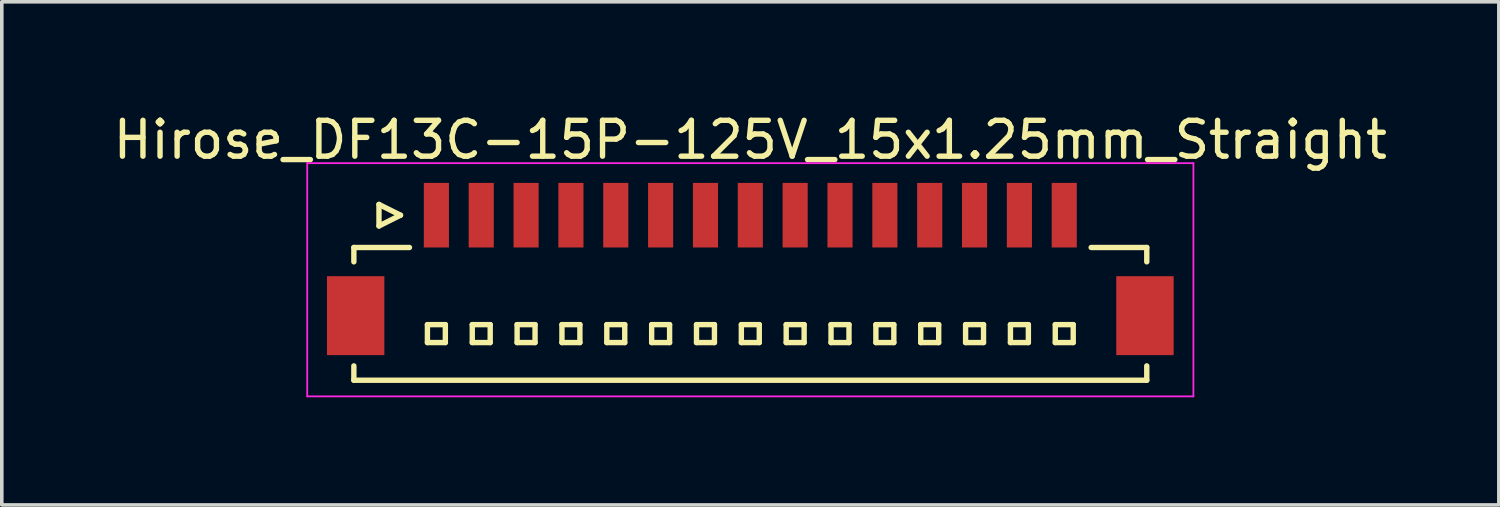
<source format=kicad_pcb>
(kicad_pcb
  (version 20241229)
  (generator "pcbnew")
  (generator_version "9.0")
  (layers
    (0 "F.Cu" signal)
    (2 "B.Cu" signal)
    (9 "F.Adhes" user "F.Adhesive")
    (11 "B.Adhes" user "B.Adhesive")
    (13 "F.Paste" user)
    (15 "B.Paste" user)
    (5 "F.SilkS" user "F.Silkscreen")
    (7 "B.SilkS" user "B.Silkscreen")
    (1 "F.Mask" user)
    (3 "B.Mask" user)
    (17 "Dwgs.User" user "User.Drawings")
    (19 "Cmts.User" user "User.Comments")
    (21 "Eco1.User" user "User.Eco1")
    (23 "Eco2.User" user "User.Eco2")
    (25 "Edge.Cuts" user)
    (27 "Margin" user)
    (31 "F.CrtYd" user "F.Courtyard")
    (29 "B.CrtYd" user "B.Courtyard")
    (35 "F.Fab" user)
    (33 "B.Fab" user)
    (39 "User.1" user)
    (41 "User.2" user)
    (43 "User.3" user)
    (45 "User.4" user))
  (footprint "Hirose_DF13C-15P-125V_15x1.25mm_Straight"
    (layer "F.Cu")
    (at 17.863 4.348)
    (property "Reference" "Hirose_DF13C-15P-125V_15x1.25mm_Straight" (at 0 -3.5 0) (layer "F.SilkS") (effects (font (size 1 1) (thickness 0.15))))
    (attr smd)
    (fp_line (start -11.05 -0.5) (end -11.05 -0.1) (stroke (width 0.15) (type solid)) (layer "F.SilkS"))
    (fp_line (start -11.05 -0.5) (end -9.5 -0.5) (stroke (width 0.15) (type solid)) (layer "F.SilkS"))
    (fp_line (start -11.05 3.2) (end -11.05 2.8) (stroke (width 0.15) (type solid)) (layer "F.SilkS"))
    (fp_line (start -11.05 3.2) (end 11.05 3.2) (stroke (width 0.15) (type solid)) (layer "F.SilkS"))
    (fp_line (start -10.35 -1.7) (end -10.35 -1.1) (stroke (width 0.15) (type solid)) (layer "F.SilkS"))
    (fp_line (start -10.35 -1.1) (end -9.75 -1.4) (stroke (width 0.15) (type solid)) (layer "F.SilkS"))
    (fp_line (start -9.75 -1.4) (end -10.35 -1.7) (stroke (width 0.15) (type solid)) (layer "F.SilkS"))
    (fp_line (start -9 1.65) (end -9 2.15) (stroke (width 0.15) (type solid)) (layer "F.SilkS"))
    (fp_line (start -9 2.15) (end -8.5 2.15) (stroke (width 0.15) (type solid)) (layer "F.SilkS"))
    (fp_line (start -8.5 1.65) (end -9 1.65) (stroke (width 0.15) (type solid)) (layer "F.SilkS"))
    (fp_line (start -8.5 2.15) (end -8.5 1.65) (stroke (width 0.15) (type solid)) (layer "F.SilkS"))
    (fp_line (start -7.75 1.65) (end -7.75 2.15) (stroke (width 0.15) (type solid)) (layer "F.SilkS"))
    (fp_line (start -7.75 2.15) (end -7.25 2.15) (stroke (width 0.15) (type solid)) (layer "F.SilkS"))
    (fp_line (start -7.25 1.65) (end -7.75 1.65) (stroke (width 0.15) (type solid)) (layer "F.SilkS"))
    (fp_line (start -7.25 2.15) (end -7.25 1.65) (stroke (width 0.15) (type solid)) (layer "F.SilkS"))
    (fp_line (start -6.5 1.65) (end -6.5 2.15) (stroke (width 0.15) (type solid)) (layer "F.SilkS"))
    (fp_line (start -6.5 2.15) (end -6 2.15) (stroke (width 0.15) (type solid)) (layer "F.SilkS"))
    (fp_line (start -6 1.65) (end -6.5 1.65) (stroke (width 0.15) (type solid)) (layer "F.SilkS"))
    (fp_line (start -6 2.15) (end -6 1.65) (stroke (width 0.15) (type solid)) (layer "F.SilkS"))
    (fp_line (start -5.25 1.65) (end -5.25 2.15) (stroke (width 0.15) (type solid)) (layer "F.SilkS"))
    (fp_line (start -5.25 2.15) (end -4.75 2.15) (stroke (width 0.15) (type solid)) (layer "F.SilkS"))
    (fp_line (start -4.75 1.65) (end -5.25 1.65) (stroke (width 0.15) (type solid)) (layer "F.SilkS"))
    (fp_line (start -4.75 2.15) (end -4.75 1.65) (stroke (width 0.15) (type solid)) (layer "F.SilkS"))
    (fp_line (start -4 1.65) (end -4 2.15) (stroke (width 0.15) (type solid)) (layer "F.SilkS"))
    (fp_line (start -4 2.15) (end -3.5 2.15) (stroke (width 0.15) (type solid)) (layer "F.SilkS"))
    (fp_line (start -3.5 1.65) (end -4 1.65) (stroke (width 0.15) (type solid)) (layer "F.SilkS"))
    (fp_line (start -3.5 2.15) (end -3.5 1.65) (stroke (width 0.15) (type solid)) (layer "F.SilkS"))
    (fp_line (start -2.75 1.65) (end -2.75 2.15) (stroke (width 0.15) (type solid)) (layer "F.SilkS"))
    (fp_line (start -2.75 2.15) (end -2.25 2.15) (stroke (width 0.15) (type solid)) (layer "F.SilkS"))
    (fp_line (start -2.25 1.65) (end -2.75 1.65) (stroke (width 0.15) (type solid)) (layer "F.SilkS"))
    (fp_line (start -2.25 2.15) (end -2.25 1.65) (stroke (width 0.15) (type solid)) (layer "F.SilkS"))
    (fp_line (start -1.5 1.65) (end -1.5 2.15) (stroke (width 0.15) (type solid)) (layer "F.SilkS"))
    (fp_line (start -1.5 2.15) (end -1 2.15) (stroke (width 0.15) (type solid)) (layer "F.SilkS"))
    (fp_line (start -1 1.65) (end -1.5 1.65) (stroke (width 0.15) (type solid)) (layer "F.SilkS"))
    (fp_line (start -1 2.15) (end -1 1.65) (stroke (width 0.15) (type solid)) (layer "F.SilkS"))
    (fp_line (start -0.25 1.65) (end -0.25 2.15) (stroke (width 0.15) (type solid)) (layer "F.SilkS"))
    (fp_line (start -0.25 2.15) (end 0.25 2.15) (stroke (width 0.15) (type solid)) (layer "F.SilkS"))
    (fp_line (start 0.25 1.65) (end -0.25 1.65) (stroke (width 0.15) (type solid)) (layer "F.SilkS"))
    (fp_line (start 0.25 2.15) (end 0.25 1.65) (stroke (width 0.15) (type solid)) (layer "F.SilkS"))
    (fp_line (start 1 1.65) (end 1 2.15) (stroke (width 0.15) (type solid)) (layer "F.SilkS"))
    (fp_line (start 1 2.15) (end 1.5 2.15) (stroke (width 0.15) (type solid)) (layer "F.SilkS"))
    (fp_line (start 1.5 1.65) (end 1 1.65) (stroke (width 0.15) (type solid)) (layer "F.SilkS"))
    (fp_line (start 1.5 2.15) (end 1.5 1.65) (stroke (width 0.15) (type solid)) (layer "F.SilkS"))
    (fp_line (start 2.25 1.65) (end 2.25 2.15) (stroke (width 0.15) (type solid)) (layer "F.SilkS"))
    (fp_line (start 2.25 2.15) (end 2.75 2.15) (stroke (width 0.15) (type solid)) (layer "F.SilkS"))
    (fp_line (start 2.75 1.65) (end 2.25 1.65) (stroke (width 0.15) (type solid)) (layer "F.SilkS"))
    (fp_line (start 2.75 2.15) (end 2.75 1.65) (stroke (width 0.15) (type solid)) (layer "F.SilkS"))
    (fp_line (start 3.5 1.65) (end 3.5 2.15) (stroke (width 0.15) (type solid)) (layer "F.SilkS"))
    (fp_line (start 3.5 2.15) (end 4 2.15) (stroke (width 0.15) (type solid)) (layer "F.SilkS"))
    (fp_line (start 4 1.65) (end 3.5 1.65) (stroke (width 0.15) (type solid)) (layer "F.SilkS"))
    (fp_line (start 4 2.15) (end 4 1.65) (stroke (width 0.15) (type solid)) (layer "F.SilkS"))
    (fp_line (start 4.75 1.65) (end 4.75 2.15) (stroke (width 0.15) (type solid)) (layer "F.SilkS"))
    (fp_line (start 4.75 2.15) (end 5.25 2.15) (stroke (width 0.15) (type solid)) (layer "F.SilkS"))
    (fp_line (start 5.25 1.65) (end 4.75 1.65) (stroke (width 0.15) (type solid)) (layer "F.SilkS"))
    (fp_line (start 5.25 2.15) (end 5.25 1.65) (stroke (width 0.15) (type solid)) (layer "F.SilkS"))
    (fp_line (start 6 1.65) (end 6 2.15) (stroke (width 0.15) (type solid)) (layer "F.SilkS"))
    (fp_line (start 6 2.15) (end 6.5 2.15) (stroke (width 0.15) (type solid)) (layer "F.SilkS"))
    (fp_line (start 6.5 1.65) (end 6 1.65) (stroke (width 0.15) (type solid)) (layer "F.SilkS"))
    (fp_line (start 6.5 2.15) (end 6.5 1.65) (stroke (width 0.15) (type solid)) (layer "F.SilkS"))
    (fp_line (start 7.25 1.65) (end 7.25 2.15) (stroke (width 0.15) (type solid)) (layer "F.SilkS"))
    (fp_line (start 7.25 2.15) (end 7.75 2.15) (stroke (width 0.15) (type solid)) (layer "F.SilkS"))
    (fp_line (start 7.75 1.65) (end 7.25 1.65) (stroke (width 0.15) (type solid)) (layer "F.SilkS"))
    (fp_line (start 7.75 2.15) (end 7.75 1.65) (stroke (width 0.15) (type solid)) (layer "F.SilkS"))
    (fp_line (start 8.5 1.65) (end 8.5 2.15) (stroke (width 0.15) (type solid)) (layer "F.SilkS"))
    (fp_line (start 8.5 2.15) (end 9 2.15) (stroke (width 0.15) (type solid)) (layer "F.SilkS"))
    (fp_line (start 9 1.65) (end 8.5 1.65) (stroke (width 0.15) (type solid)) (layer "F.SilkS"))
    (fp_line (start 9 2.15) (end 9 1.65) (stroke (width 0.15) (type solid)) (layer "F.SilkS"))
    (fp_line (start 11.05 -0.5) (end 9.5 -0.5) (stroke (width 0.15) (type solid)) (layer "F.SilkS"))
    (fp_line (start 11.05 -0.5) (end 11.05 -0.1) (stroke (width 0.15) (type solid)) (layer "F.SilkS"))
    (fp_line (start 11.05 3.2) (end 11.05 2.8) (stroke (width 0.15) (type solid)) (layer "F.SilkS"))
    (fp_line (start -12.35 -2.85) (end -12.35 3.65) (stroke (width 0.05) (type solid)) (layer "F.CrtYd"))
    (fp_line (start -12.35 3.65) (end 12.35 3.65) (stroke (width 0.05) (type solid)) (layer "F.CrtYd"))
    (fp_line (start 12.35 -2.85) (end -12.35 -2.85) (stroke (width 0.05) (type solid)) (layer "F.CrtYd"))
    (fp_line (start 12.35 3.65) (end 12.35 -2.85) (stroke (width 0.05) (type solid)) (layer "F.CrtYd"))
    (pad "" smd rect (at -11 1.4) (size 1.6 2.2) (layers "F.Cu" "F.Mask" "F.Paste"))
    (pad "" smd rect (at 11 1.4) (size 1.6 2.2) (layers "F.Cu" "F.Mask" "F.Paste"))
    (pad "1" smd rect (at -8.75 -1.4) (size 0.7 1.8) (layers "F.Cu" "F.Mask" "F.Paste"))
    (pad "2" smd rect (at -7.5 -1.4) (size 0.7 1.8) (layers "F.Cu" "F.Mask" "F.Paste"))
    (pad "3" smd rect (at -6.25 -1.4) (size 0.7 1.8) (layers "F.Cu" "F.Mask" "F.Paste"))
    (pad "4" smd rect (at -5 -1.4) (size 0.7 1.8) (layers "F.Cu" "F.Mask" "F.Paste"))
    (pad "5" smd rect (at -3.75 -1.4) (size 0.7 1.8) (layers "F.Cu" "F.Mask" "F.Paste"))
    (pad "6" smd rect (at -2.5 -1.4) (size 0.7 1.8) (layers "F.Cu" "F.Mask" "F.Paste"))
    (pad "7" smd rect (at -1.25 -1.4) (size 0.7 1.8) (layers "F.Cu" "F.Mask" "F.Paste"))
    (pad "8" smd rect (at 0 -1.4) (size 0.7 1.8) (layers "F.Cu" "F.Mask" "F.Paste"))
    (pad "9" smd rect (at 1.25 -1.4) (size 0.7 1.8) (layers "F.Cu" "F.Mask" "F.Paste"))
    (pad "10" smd rect (at 2.5 -1.4) (size 0.7 1.8) (layers "F.Cu" "F.Mask" "F.Paste"))
    (pad "11" smd rect (at 3.75 -1.4) (size 0.7 1.8) (layers "F.Cu" "F.Mask" "F.Paste"))
    (pad "12" smd rect (at 5 -1.4) (size 0.7 1.8) (layers "F.Cu" "F.Mask" "F.Paste"))
    (pad "13" smd rect (at 6.25 -1.4) (size 0.7 1.8) (layers "F.Cu" "F.Mask" "F.Paste"))
    (pad "14" smd rect (at 7.5 -1.4) (size 0.7 1.8) (layers "F.Cu" "F.Mask" "F.Paste"))
    (pad "15" smd rect (at 8.75 -1.4) (size 0.7 1.8) (layers "F.Cu" "F.Mask" "F.Paste")))
  (gr_rect
    (start -3 -3)
    (end 38.726 11.023)
    (stroke (width 0.1) (type default))
    (fill no)
    (layer "Edge.Cuts")))
</source>
